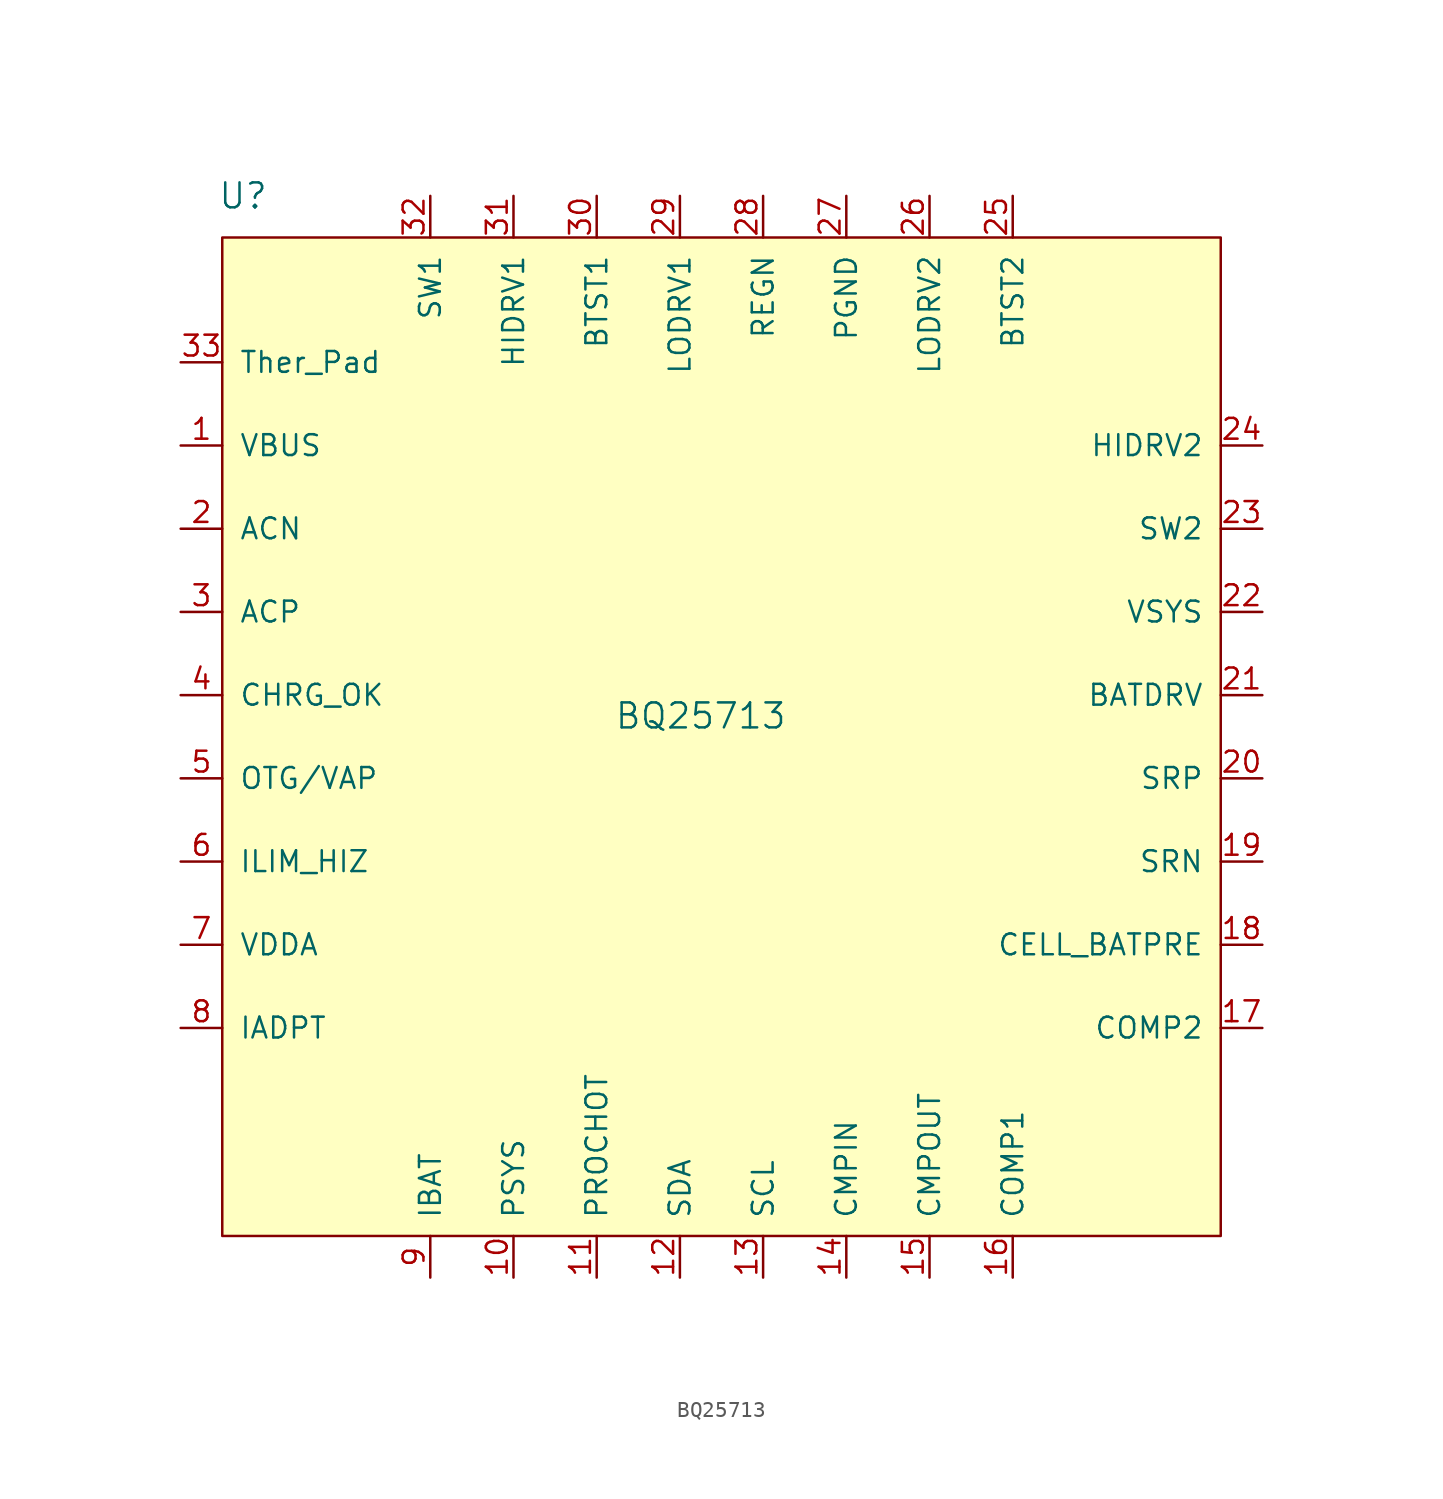
<source format=kicad_sym>
(kicad_symbol_lib
  (version 20220914)
  (generator kicad_symbol_editor)
  (symbol "BQ25713"
    (pin_names
      (offset 1.016))
    (property "Reference" "U"
      (at -29.21 33.02 0)
      (effects (font (size 1.524 1.524))))
    (property "Value" "BQ25713"
      (at -1.27 1.27 0)
      (effects (font (size 1.524 1.524))))
    (symbol "BQ25713_0_0"
      (pin power_in line (at -33.02 17.78 0) (length 2.54) (name "VBUS" (effects (font (size 1.27 1.27)))) (number "1" (effects (font (size 1.27 1.27)))))
      (pin output line (at -12.7 -33.02 90) (length 2.54) (name "PSYS" (effects (font (size 1.27 1.27)))) (number "10" (effects (font (size 1.27 1.27)))))
      (pin output line (at -7.62 -33.02 90) (length 2.54) (name "PROCHOT" (effects (font (size 1.27 1.27)))) (number "11" (effects (font (size 1.27 1.27)))))
      (pin bidirectional line (at -2.54 -33.02 90) (length 2.54) (name "SDA" (effects (font (size 1.27 1.27)))) (number "12" (effects (font (size 1.27 1.27)))))
      (pin input line (at 2.54 -33.02 90) (length 2.54) (name "SCL" (effects (font (size 1.27 1.27)))) (number "13" (effects (font (size 1.27 1.27)))))
      (pin input line (at 7.62 -33.02 90) (length 2.54) (name "CMPIN" (effects (font (size 1.27 1.27)))) (number "14" (effects (font (size 1.27 1.27)))))
      (pin output line (at 12.7 -33.02 90) (length 2.54) (name "CMPOUT" (effects (font (size 1.27 1.27)))) (number "15" (effects (font (size 1.27 1.27)))))
      (pin input line (at 17.78 -33.02 90) (length 2.54) (name "COMP1" (effects (font (size 1.27 1.27)))) (number "16" (effects (font (size 1.27 1.27)))))
      (pin input line (at 33.02 -17.78 180) (length 2.54) (name "COMP2" (effects (font (size 1.27 1.27)))) (number "17" (effects (font (size 1.27 1.27)))))
      (pin input line (at 33.02 -12.7 180) (length 2.54) (name "CELL_BATPRE" (effects (font (size 1.27 1.27)))) (number "18" (effects (font (size 1.27 1.27)))))
      (pin power_in line (at 33.02 -7.62 180) (length 2.54) (name "SRN" (effects (font (size 1.27 1.27)))) (number "19" (effects (font (size 1.27 1.27)))))
      (pin power_in line (at -33.02 12.7 0) (length 2.54) (name "ACN" (effects (font (size 1.27 1.27)))) (number "2" (effects (font (size 1.27 1.27)))))
      (pin power_in line (at 33.02 -2.54 180) (length 2.54) (name "SRP" (effects (font (size 1.27 1.27)))) (number "20" (effects (font (size 1.27 1.27)))))
      (pin output line (at 33.02 2.54 180) (length 2.54) (name "BATDRV" (effects (font (size 1.27 1.27)))) (number "21" (effects (font (size 1.27 1.27)))))
      (pin power_in line (at 33.02 7.62 180) (length 2.54) (name "VSYS" (effects (font (size 1.27 1.27)))) (number "22" (effects (font (size 1.27 1.27)))))
      (pin power_in line (at 33.02 12.7 180) (length 2.54) (name "SW2" (effects (font (size 1.27 1.27)))) (number "23" (effects (font (size 1.27 1.27)))))
      (pin output line (at 33.02 17.78 180) (length 2.54) (name "HIDRV2" (effects (font (size 1.27 1.27)))) (number "24" (effects (font (size 1.27 1.27)))))
      (pin power_in line (at 17.78 33.02 270) (length 2.54) (name "BTST2" (effects (font (size 1.27 1.27)))) (number "25" (effects (font (size 1.27 1.27)))))
      (pin output line (at 12.7 33.02 270) (length 2.54) (name "LODRV2" (effects (font (size 1.27 1.27)))) (number "26" (effects (font (size 1.27 1.27)))))
      (pin power_out line (at 7.62 33.02 270) (length 2.54) (name "PGND" (effects (font (size 1.27 1.27)))) (number "27" (effects (font (size 1.27 1.27)))))
      (pin power_out line (at 2.54 33.02 270) (length 2.54) (name "REGN" (effects (font (size 1.27 1.27)))) (number "28" (effects (font (size 1.27 1.27)))))
      (pin output line (at -2.54 33.02 270) (length 2.54) (name "LODRV1" (effects (font (size 1.27 1.27)))) (number "29" (effects (font (size 1.27 1.27)))))
      (pin power_in line (at -33.02 7.62 0) (length 2.54) (name "ACP" (effects (font (size 1.27 1.27)))) (number "3" (effects (font (size 1.27 1.27)))))
      (pin power_in line (at -7.62 33.02 270) (length 2.54) (name "BTST1" (effects (font (size 1.27 1.27)))) (number "30" (effects (font (size 1.27 1.27)))))
      (pin output line (at -12.7 33.02 270) (length 2.54) (name "HIDRV1" (effects (font (size 1.27 1.27)))) (number "31" (effects (font (size 1.27 1.27)))))
      (pin power_in line (at -17.78 33.02 270) (length 2.54) (name "SW1" (effects (font (size 1.27 1.27)))) (number "32" (effects (font (size 1.27 1.27)))))
      (pin output line (at -33.02 2.54 0) (length 2.54) (name "CHRG_OK" (effects (font (size 1.27 1.27)))) (number "4" (effects (font (size 1.27 1.27)))))
      (pin input line (at -33.02 -2.54 0) (length 2.54) (name "OTG/VAP" (effects (font (size 1.27 1.27)))) (number "5" (effects (font (size 1.27 1.27)))))
      (pin input line (at -33.02 -7.62 0) (length 2.54) (name "ILIM_HIZ" (effects (font (size 1.27 1.27)))) (number "6" (effects (font (size 1.27 1.27)))))
      (pin power_in line (at -33.02 -12.7 0) (length 2.54) (name "VDDA" (effects (font (size 1.27 1.27)))) (number "7" (effects (font (size 1.27 1.27)))))
      (pin output line (at -33.02 -17.78 0) (length 2.54) (name "IADPT" (effects (font (size 1.27 1.27)))) (number "8" (effects (font (size 1.27 1.27)))))
      (pin output line (at -17.78 -33.02 90) (length 2.54) (name "IBAT" (effects (font (size 1.27 1.27)))) (number "9" (effects (font (size 1.27 1.27))))))
    (symbol "BQ25713_0_1"
      (rectangle (start -30.48 30.48) (end 30.48 -30.48) (stroke (width 0) (type default)) (fill (type background))))
    (symbol "BQ25713_1_1"
      (pin output line (at -33.02 22.86 0) (length 2.54) (name "Ther_Pad" (effects (font (size 1.27 1.27)))) (number "33" (effects (font (size 1.27 1.27))))))))
</source>
